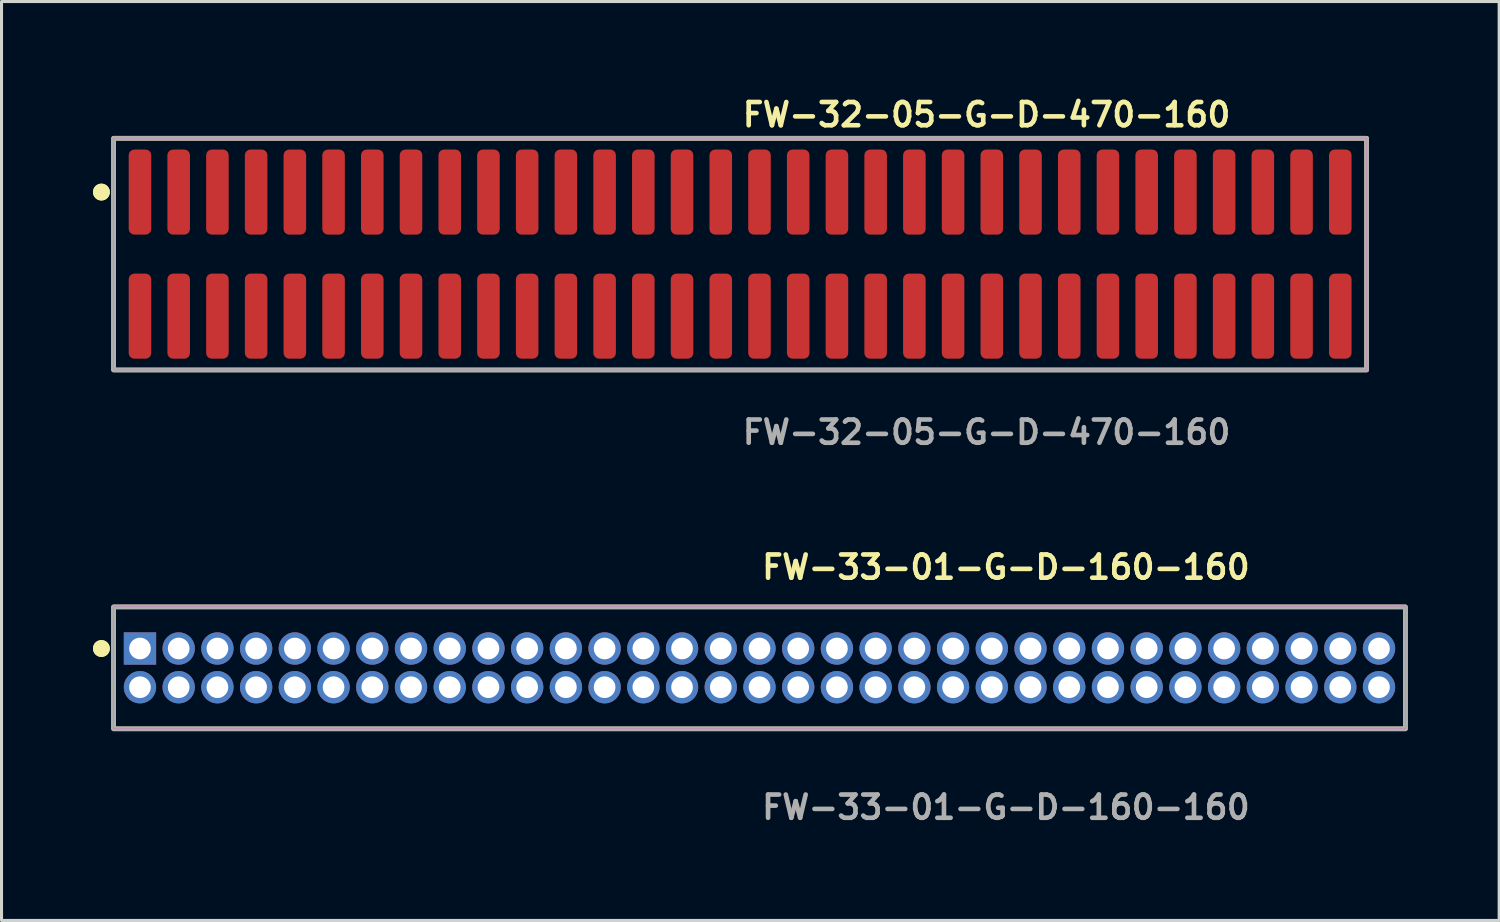
<source format=kicad_pcb>
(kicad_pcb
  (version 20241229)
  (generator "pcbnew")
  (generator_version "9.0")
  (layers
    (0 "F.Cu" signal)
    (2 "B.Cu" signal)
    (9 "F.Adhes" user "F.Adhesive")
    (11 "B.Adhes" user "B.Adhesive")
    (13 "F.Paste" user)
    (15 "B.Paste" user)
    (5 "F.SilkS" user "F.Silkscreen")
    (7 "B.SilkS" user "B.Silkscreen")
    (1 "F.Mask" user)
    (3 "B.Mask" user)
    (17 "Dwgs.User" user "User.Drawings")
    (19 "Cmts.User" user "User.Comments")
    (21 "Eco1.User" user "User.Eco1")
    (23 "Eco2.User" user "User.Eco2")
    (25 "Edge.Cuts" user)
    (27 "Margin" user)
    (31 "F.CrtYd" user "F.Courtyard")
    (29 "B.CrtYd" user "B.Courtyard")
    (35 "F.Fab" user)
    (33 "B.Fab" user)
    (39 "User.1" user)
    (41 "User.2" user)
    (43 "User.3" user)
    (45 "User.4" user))
  (footprint "FW-33-01-G-D-160-160"
    (layer "F.Cu")
    (at 21.861 18.856)
    (property "Reference" "FW-33-01-G-D-160-160" (at 0 -3.302 0) (unlocked yes) (layer "F.SilkS") (effects (font (size 0.762 0.762) (thickness 0.152)) (justify left)))
    (fp_rect (start -21.185 2) (end 21.185 -2) (stroke (width 0.152) (type solid)) (fill no) (layer "F.SilkS"))
    (fp_circle (center -21.585 -0.635) (end -21.785 -0.635) (stroke (width 0.152) (type solid)) (fill yes) (layer "F.SilkS"))
    (fp_circle (center -21.585 -0.635) (end -21.785 -0.635) (stroke (width 0.152) (type solid)) (fill yes) (layer "F.SilkS"))
    (fp_rect (start -21.185 2) (end 21.185 -2) (stroke (width 0.006) (type solid)) (fill no) (layer "F.CrtYd"))
    (fp_rect (start -21.185 2) (end 21.185 -2) (stroke (width 0.152) (type solid)) (fill no) (layer "F.Fab"))
    (fp_text user "${REFERENCE}" (at 0 4.572 0) (unlocked yes) (layer "F.Fab") (effects (font (size 0.762 0.762) (thickness 0.152)) (justify left)))
    (pad "1" thru_hole rect (at -20.32 -0.635) (size 1.06 1.06) (drill 0.71) (layers "*.Cu" "*.Mask"))
    (pad "2" thru_hole circle (at -20.32 0.635) (size 1.06 1.06) (drill 0.71) (layers "*.Cu" "*.Mask"))
    (pad "3" thru_hole circle (at -19.05 -0.635) (size 1.06 1.06) (drill 0.71) (layers "*.Cu" "*.Mask"))
    (pad "4" thru_hole circle (at -19.05 0.635) (size 1.06 1.06) (drill 0.71) (layers "*.Cu" "*.Mask"))
    (pad "5" thru_hole circle (at -17.78 -0.635) (size 1.06 1.06) (drill 0.71) (layers "*.Cu" "*.Mask"))
    (pad "6" thru_hole circle (at -17.78 0.635) (size 1.06 1.06) (drill 0.71) (layers "*.Cu" "*.Mask"))
    (pad "7" thru_hole circle (at -16.51 -0.635) (size 1.06 1.06) (drill 0.71) (layers "*.Cu" "*.Mask"))
    (pad "8" thru_hole circle (at -16.51 0.635) (size 1.06 1.06) (drill 0.71) (layers "*.Cu" "*.Mask"))
    (pad "9" thru_hole circle (at -15.24 -0.635) (size 1.06 1.06) (drill 0.71) (layers "*.Cu" "*.Mask"))
    (pad "10" thru_hole circle (at -15.24 0.635) (size 1.06 1.06) (drill 0.71) (layers "*.Cu" "*.Mask"))
    (pad "11" thru_hole circle (at -13.97 -0.635) (size 1.06 1.06) (drill 0.71) (layers "*.Cu" "*.Mask"))
    (pad "12" thru_hole circle (at -13.97 0.635) (size 1.06 1.06) (drill 0.71) (layers "*.Cu" "*.Mask"))
    (pad "13" thru_hole circle (at -12.7 -0.635) (size 1.06 1.06) (drill 0.71) (layers "*.Cu" "*.Mask"))
    (pad "14" thru_hole circle (at -12.7 0.635) (size 1.06 1.06) (drill 0.71) (layers "*.Cu" "*.Mask"))
    (pad "15" thru_hole circle (at -11.43 -0.635) (size 1.06 1.06) (drill 0.71) (layers "*.Cu" "*.Mask"))
    (pad "16" thru_hole circle (at -11.43 0.635) (size 1.06 1.06) (drill 0.71) (layers "*.Cu" "*.Mask"))
    (pad "17" thru_hole circle (at -10.16 -0.635) (size 1.06 1.06) (drill 0.71) (layers "*.Cu" "*.Mask"))
    (pad "18" thru_hole circle (at -10.16 0.635) (size 1.06 1.06) (drill 0.71) (layers "*.Cu" "*.Mask"))
    (pad "19" thru_hole circle (at -8.89 -0.635) (size 1.06 1.06) (drill 0.71) (layers "*.Cu" "*.Mask"))
    (pad "20" thru_hole circle (at -8.89 0.635) (size 1.06 1.06) (drill 0.71) (layers "*.Cu" "*.Mask"))
    (pad "21" thru_hole circle (at -7.62 -0.635) (size 1.06 1.06) (drill 0.71) (layers "*.Cu" "*.Mask"))
    (pad "22" thru_hole circle (at -7.62 0.635) (size 1.06 1.06) (drill 0.71) (layers "*.Cu" "*.Mask"))
    (pad "23" thru_hole circle (at -6.35 -0.635) (size 1.06 1.06) (drill 0.71) (layers "*.Cu" "*.Mask"))
    (pad "24" thru_hole circle (at -6.35 0.635) (size 1.06 1.06) (drill 0.71) (layers "*.Cu" "*.Mask"))
    (pad "25" thru_hole circle (at -5.08 -0.635) (size 1.06 1.06) (drill 0.71) (layers "*.Cu" "*.Mask"))
    (pad "26" thru_hole circle (at -5.08 0.635) (size 1.06 1.06) (drill 0.71) (layers "*.Cu" "*.Mask"))
    (pad "27" thru_hole circle (at -3.81 -0.635) (size 1.06 1.06) (drill 0.71) (layers "*.Cu" "*.Mask"))
    (pad "28" thru_hole circle (at -3.81 0.635) (size 1.06 1.06) (drill 0.71) (layers "*.Cu" "*.Mask"))
    (pad "29" thru_hole circle (at -2.54 -0.635) (size 1.06 1.06) (drill 0.71) (layers "*.Cu" "*.Mask"))
    (pad "30" thru_hole circle (at -2.54 0.635) (size 1.06 1.06) (drill 0.71) (layers "*.Cu" "*.Mask"))
    (pad "31" thru_hole circle (at -1.27 -0.635) (size 1.06 1.06) (drill 0.71) (layers "*.Cu" "*.Mask"))
    (pad "32" thru_hole circle (at -1.27 0.635) (size 1.06 1.06) (drill 0.71) (layers "*.Cu" "*.Mask"))
    (pad "33" thru_hole circle (at 0 -0.635) (size 1.06 1.06) (drill 0.71) (layers "*.Cu" "*.Mask"))
    (pad "34" thru_hole circle (at 0 0.635) (size 1.06 1.06) (drill 0.71) (layers "*.Cu" "*.Mask"))
    (pad "35" thru_hole circle (at 1.27 -0.635) (size 1.06 1.06) (drill 0.71) (layers "*.Cu" "*.Mask"))
    (pad "36" thru_hole circle (at 1.27 0.635) (size 1.06 1.06) (drill 0.71) (layers "*.Cu" "*.Mask"))
    (pad "37" thru_hole circle (at 2.54 -0.635) (size 1.06 1.06) (drill 0.71) (layers "*.Cu" "*.Mask"))
    (pad "38" thru_hole circle (at 2.54 0.635) (size 1.06 1.06) (drill 0.71) (layers "*.Cu" "*.Mask"))
    (pad "39" thru_hole circle (at 3.81 -0.635) (size 1.06 1.06) (drill 0.71) (layers "*.Cu" "*.Mask"))
    (pad "40" thru_hole circle (at 3.81 0.635) (size 1.06 1.06) (drill 0.71) (layers "*.Cu" "*.Mask"))
    (pad "41" thru_hole circle (at 5.08 -0.635) (size 1.06 1.06) (drill 0.71) (layers "*.Cu" "*.Mask"))
    (pad "42" thru_hole circle (at 5.08 0.635) (size 1.06 1.06) (drill 0.71) (layers "*.Cu" "*.Mask"))
    (pad "43" thru_hole circle (at 6.35 -0.635) (size 1.06 1.06) (drill 0.71) (layers "*.Cu" "*.Mask"))
    (pad "44" thru_hole circle (at 6.35 0.635) (size 1.06 1.06) (drill 0.71) (layers "*.Cu" "*.Mask"))
    (pad "45" thru_hole circle (at 7.62 -0.635) (size 1.06 1.06) (drill 0.71) (layers "*.Cu" "*.Mask"))
    (pad "46" thru_hole circle (at 7.62 0.635) (size 1.06 1.06) (drill 0.71) (layers "*.Cu" "*.Mask"))
    (pad "47" thru_hole circle (at 8.89 -0.635) (size 1.06 1.06) (drill 0.71) (layers "*.Cu" "*.Mask"))
    (pad "48" thru_hole circle (at 8.89 0.635) (size 1.06 1.06) (drill 0.71) (layers "*.Cu" "*.Mask"))
    (pad "49" thru_hole circle (at 10.16 -0.635) (size 1.06 1.06) (drill 0.71) (layers "*.Cu" "*.Mask"))
    (pad "50" thru_hole circle (at 10.16 0.635) (size 1.06 1.06) (drill 0.71) (layers "*.Cu" "*.Mask"))
    (pad "51" thru_hole circle (at 11.43 -0.635) (size 1.06 1.06) (drill 0.71) (layers "*.Cu" "*.Mask"))
    (pad "52" thru_hole circle (at 11.43 0.635) (size 1.06 1.06) (drill 0.71) (layers "*.Cu" "*.Mask"))
    (pad "53" thru_hole circle (at 12.7 -0.635) (size 1.06 1.06) (drill 0.71) (layers "*.Cu" "*.Mask"))
    (pad "54" thru_hole circle (at 12.7 0.635) (size 1.06 1.06) (drill 0.71) (layers "*.Cu" "*.Mask"))
    (pad "55" thru_hole circle (at 13.97 -0.635) (size 1.06 1.06) (drill 0.71) (layers "*.Cu" "*.Mask"))
    (pad "56" thru_hole circle (at 13.97 0.635) (size 1.06 1.06) (drill 0.71) (layers "*.Cu" "*.Mask"))
    (pad "57" thru_hole circle (at 15.24 -0.635) (size 1.06 1.06) (drill 0.71) (layers "*.Cu" "*.Mask"))
    (pad "58" thru_hole circle (at 15.24 0.635) (size 1.06 1.06) (drill 0.71) (layers "*.Cu" "*.Mask"))
    (pad "59" thru_hole circle (at 16.51 -0.635) (size 1.06 1.06) (drill 0.71) (layers "*.Cu" "*.Mask"))
    (pad "60" thru_hole circle (at 16.51 0.635) (size 1.06 1.06) (drill 0.71) (layers "*.Cu" "*.Mask"))
    (pad "61" thru_hole circle (at 17.78 -0.635) (size 1.06 1.06) (drill 0.71) (layers "*.Cu" "*.Mask"))
    (pad "62" thru_hole circle (at 17.78 0.635) (size 1.06 1.06) (drill 0.71) (layers "*.Cu" "*.Mask"))
    (pad "63" thru_hole circle (at 19.05 -0.635) (size 1.06 1.06) (drill 0.71) (layers "*.Cu" "*.Mask"))
    (pad "64" thru_hole circle (at 19.05 0.635) (size 1.06 1.06) (drill 0.71) (layers "*.Cu" "*.Mask"))
    (pad "65" thru_hole circle (at 20.32 -0.635) (size 1.06 1.06) (drill 0.71) (layers "*.Cu" "*.Mask"))
    (pad "66" thru_hole circle (at 20.32 0.635) (size 1.06 1.06) (drill 0.71) (layers "*.Cu" "*.Mask")))
  (footprint "FW-32-05-G-D-470-160"
    (layer "F.Cu")
    (at 21.226 5.285)
    (property "Reference" "FW-32-05-G-D-470-160" (at 0 -4.572 0) (unlocked yes) (layer "F.SilkS") (effects (font (size 0.762 0.762) (thickness 0.152)) (justify left)))
    (fp_rect (start -20.55 3.8) (end 20.55 -3.8) (stroke (width 0.152) (type solid)) (fill no) (layer "F.SilkS"))
    (fp_circle (center -20.95 -2.035) (end -21.15 -2.035) (stroke (width 0.152) (type solid)) (fill yes) (layer "F.SilkS"))
    (fp_circle (center -20.95 -2.035) (end -21.15 -2.035) (stroke (width 0.152) (type solid)) (fill yes) (layer "F.SilkS"))
    (fp_rect (start -20.55 3.8) (end 20.55 -3.8) (stroke (width 0.006) (type solid)) (fill no) (layer "F.CrtYd"))
    (fp_rect (start -20.55 3.8) (end 20.55 -3.8) (stroke (width 0.152) (type solid)) (fill no) (layer "F.Fab"))
    (fp_text user "${REFERENCE}" (at 0 5.842 0) (unlocked yes) (layer "F.Fab") (effects (font (size 0.762 0.762) (thickness 0.152)) (justify left)))
    (pad "1" smd roundrect (at -19.685 -2.035) (size 0.74 2.79) (layers "F.Cu" "F.Paste") (roundrect_rratio 0.25))
    (pad "2" smd roundrect (at -19.685 2.035) (size 0.74 2.79) (layers "F.Cu" "F.Paste") (roundrect_rratio 0.25))
    (pad "3" smd roundrect (at -18.415 -2.035) (size 0.74 2.79) (layers "F.Cu" "F.Paste") (roundrect_rratio 0.25))
    (pad "4" smd roundrect (at -18.415 2.035) (size 0.74 2.79) (layers "F.Cu" "F.Paste") (roundrect_rratio 0.25))
    (pad "5" smd roundrect (at -17.145 -2.035) (size 0.74 2.79) (layers "F.Cu" "F.Paste") (roundrect_rratio 0.25))
    (pad "6" smd roundrect (at -17.145 2.035) (size 0.74 2.79) (layers "F.Cu" "F.Paste") (roundrect_rratio 0.25))
    (pad "7" smd roundrect (at -15.875 -2.035) (size 0.74 2.79) (layers "F.Cu" "F.Paste") (roundrect_rratio 0.25))
    (pad "8" smd roundrect (at -15.875 2.035) (size 0.74 2.79) (layers "F.Cu" "F.Paste") (roundrect_rratio 0.25))
    (pad "9" smd roundrect (at -14.605 -2.035) (size 0.74 2.79) (layers "F.Cu" "F.Paste") (roundrect_rratio 0.25))
    (pad "10" smd roundrect (at -14.605 2.035) (size 0.74 2.79) (layers "F.Cu" "F.Paste") (roundrect_rratio 0.25))
    (pad "11" smd roundrect (at -13.335 -2.035) (size 0.74 2.79) (layers "F.Cu" "F.Paste") (roundrect_rratio 0.25))
    (pad "12" smd roundrect (at -13.335 2.035) (size 0.74 2.79) (layers "F.Cu" "F.Paste") (roundrect_rratio 0.25))
    (pad "13" smd roundrect (at -12.065 -2.035) (size 0.74 2.79) (layers "F.Cu" "F.Paste") (roundrect_rratio 0.25))
    (pad "14" smd roundrect (at -12.065 2.035) (size 0.74 2.79) (layers "F.Cu" "F.Paste") (roundrect_rratio 0.25))
    (pad "15" smd roundrect (at -10.795 -2.035) (size 0.74 2.79) (layers "F.Cu" "F.Paste") (roundrect_rratio 0.25))
    (pad "16" smd roundrect (at -10.795 2.035) (size 0.74 2.79) (layers "F.Cu" "F.Paste") (roundrect_rratio 0.25))
    (pad "17" smd roundrect (at -9.525 -2.035) (size 0.74 2.79) (layers "F.Cu" "F.Paste") (roundrect_rratio 0.25))
    (pad "18" smd roundrect (at -9.525 2.035) (size 0.74 2.79) (layers "F.Cu" "F.Paste") (roundrect_rratio 0.25))
    (pad "19" smd roundrect (at -8.255 -2.035) (size 0.74 2.79) (layers "F.Cu" "F.Paste") (roundrect_rratio 0.25))
    (pad "20" smd roundrect (at -8.255 2.035) (size 0.74 2.79) (layers "F.Cu" "F.Paste") (roundrect_rratio 0.25))
    (pad "21" smd roundrect (at -6.985 -2.035) (size 0.74 2.79) (layers "F.Cu" "F.Paste") (roundrect_rratio 0.25))
    (pad "22" smd roundrect (at -6.985 2.035) (size 0.74 2.79) (layers "F.Cu" "F.Paste") (roundrect_rratio 0.25))
    (pad "23" smd roundrect (at -5.715 -2.035) (size 0.74 2.79) (layers "F.Cu" "F.Paste") (roundrect_rratio 0.25))
    (pad "24" smd roundrect (at -5.715 2.035) (size 0.74 2.79) (layers "F.Cu" "F.Paste") (roundrect_rratio 0.25))
    (pad "25" smd roundrect (at -4.445 -2.035) (size 0.74 2.79) (layers "F.Cu" "F.Paste") (roundrect_rratio 0.25))
    (pad "26" smd roundrect (at -4.445 2.035) (size 0.74 2.79) (layers "F.Cu" "F.Paste") (roundrect_rratio 0.25))
    (pad "27" smd roundrect (at -3.175 -2.035) (size 0.74 2.79) (layers "F.Cu" "F.Paste") (roundrect_rratio 0.25))
    (pad "28" smd roundrect (at -3.175 2.035) (size 0.74 2.79) (layers "F.Cu" "F.Paste") (roundrect_rratio 0.25))
    (pad "29" smd roundrect (at -1.905 -2.035) (size 0.74 2.79) (layers "F.Cu" "F.Paste") (roundrect_rratio 0.25))
    (pad "30" smd roundrect (at -1.905 2.035) (size 0.74 2.79) (layers "F.Cu" "F.Paste") (roundrect_rratio 0.25))
    (pad "31" smd roundrect (at -0.635 -2.035) (size 0.74 2.79) (layers "F.Cu" "F.Paste") (roundrect_rratio 0.25))
    (pad "32" smd roundrect (at -0.635 2.035) (size 0.74 2.79) (layers "F.Cu" "F.Paste") (roundrect_rratio 0.25))
    (pad "33" smd roundrect (at 0.635 -2.035) (size 0.74 2.79) (layers "F.Cu" "F.Paste") (roundrect_rratio 0.25))
    (pad "34" smd roundrect (at 0.635 2.035) (size 0.74 2.79) (layers "F.Cu" "F.Paste") (roundrect_rratio 0.25))
    (pad "35" smd roundrect (at 1.905 -2.035) (size 0.74 2.79) (layers "F.Cu" "F.Paste") (roundrect_rratio 0.25))
    (pad "36" smd roundrect (at 1.905 2.035) (size 0.74 2.79) (layers "F.Cu" "F.Paste") (roundrect_rratio 0.25))
    (pad "37" smd roundrect (at 3.175 -2.035) (size 0.74 2.79) (layers "F.Cu" "F.Paste") (roundrect_rratio 0.25))
    (pad "38" smd roundrect (at 3.175 2.035) (size 0.74 2.79) (layers "F.Cu" "F.Paste") (roundrect_rratio 0.25))
    (pad "39" smd roundrect (at 4.445 -2.035) (size 0.74 2.79) (layers "F.Cu" "F.Paste") (roundrect_rratio 0.25))
    (pad "40" smd roundrect (at 4.445 2.035) (size 0.74 2.79) (layers "F.Cu" "F.Paste") (roundrect_rratio 0.25))
    (pad "41" smd roundrect (at 5.715 -2.035) (size 0.74 2.79) (layers "F.Cu" "F.Paste") (roundrect_rratio 0.25))
    (pad "42" smd roundrect (at 5.715 2.035) (size 0.74 2.79) (layers "F.Cu" "F.Paste") (roundrect_rratio 0.25))
    (pad "43" smd roundrect (at 6.985 -2.035) (size 0.74 2.79) (layers "F.Cu" "F.Paste") (roundrect_rratio 0.25))
    (pad "44" smd roundrect (at 6.985 2.035) (size 0.74 2.79) (layers "F.Cu" "F.Paste") (roundrect_rratio 0.25))
    (pad "45" smd roundrect (at 8.255 -2.035) (size 0.74 2.79) (layers "F.Cu" "F.Paste") (roundrect_rratio 0.25))
    (pad "46" smd roundrect (at 8.255 2.035) (size 0.74 2.79) (layers "F.Cu" "F.Paste") (roundrect_rratio 0.25))
    (pad "47" smd roundrect (at 9.525 -2.035) (size 0.74 2.79) (layers "F.Cu" "F.Paste") (roundrect_rratio 0.25))
    (pad "48" smd roundrect (at 9.525 2.035) (size 0.74 2.79) (layers "F.Cu" "F.Paste") (roundrect_rratio 0.25))
    (pad "49" smd roundrect (at 10.795 -2.035) (size 0.74 2.79) (layers "F.Cu" "F.Paste") (roundrect_rratio 0.25))
    (pad "50" smd roundrect (at 10.795 2.035) (size 0.74 2.79) (layers "F.Cu" "F.Paste") (roundrect_rratio 0.25))
    (pad "51" smd roundrect (at 12.065 -2.035) (size 0.74 2.79) (layers "F.Cu" "F.Paste") (roundrect_rratio 0.25))
    (pad "52" smd roundrect (at 12.065 2.035) (size 0.74 2.79) (layers "F.Cu" "F.Paste") (roundrect_rratio 0.25))
    (pad "53" smd roundrect (at 13.335 -2.035) (size 0.74 2.79) (layers "F.Cu" "F.Paste") (roundrect_rratio 0.25))
    (pad "54" smd roundrect (at 13.335 2.035) (size 0.74 2.79) (layers "F.Cu" "F.Paste") (roundrect_rratio 0.25))
    (pad "55" smd roundrect (at 14.605 -2.035) (size 0.74 2.79) (layers "F.Cu" "F.Paste") (roundrect_rratio 0.25))
    (pad "56" smd roundrect (at 14.605 2.035) (size 0.74 2.79) (layers "F.Cu" "F.Paste") (roundrect_rratio 0.25))
    (pad "57" smd roundrect (at 15.875 -2.035) (size 0.74 2.79) (layers "F.Cu" "F.Paste") (roundrect_rratio 0.25))
    (pad "58" smd roundrect (at 15.875 2.035) (size 0.74 2.79) (layers "F.Cu" "F.Paste") (roundrect_rratio 0.25))
    (pad "59" smd roundrect (at 17.145 -2.035) (size 0.74 2.79) (layers "F.Cu" "F.Paste") (roundrect_rratio 0.25))
    (pad "60" smd roundrect (at 17.145 2.035) (size 0.74 2.79) (layers "F.Cu" "F.Paste") (roundrect_rratio 0.25))
    (pad "61" smd roundrect (at 18.415 -2.035) (size 0.74 2.79) (layers "F.Cu" "F.Paste") (roundrect_rratio 0.25))
    (pad "62" smd roundrect (at 18.415 2.035) (size 0.74 2.79) (layers "F.Cu" "F.Paste") (roundrect_rratio 0.25))
    (pad "63" smd roundrect (at 19.685 -2.035) (size 0.74 2.79) (layers "F.Cu" "F.Paste") (roundrect_rratio 0.25))
    (pad "64" smd roundrect (at 19.685 2.035) (size 0.74 2.79) (layers "F.Cu" "F.Paste") (roundrect_rratio 0.25)))
  (gr_rect
    (start -3 -3)
    (end 46.122 27.141)
    (stroke (width 0.1) (type default))
    (fill no)
    (layer "Edge.Cuts")))
</source>
